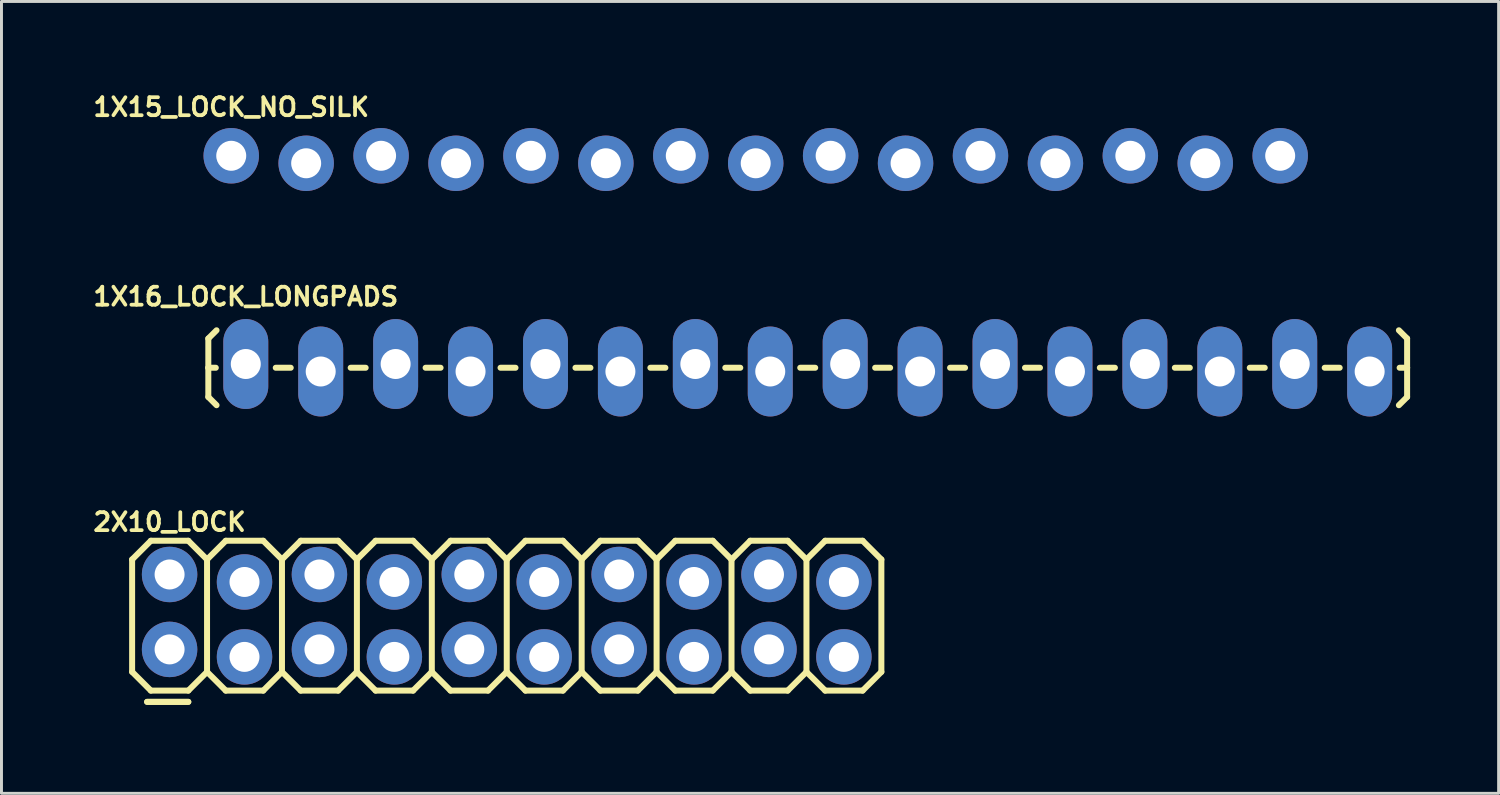
<source format=kicad_pcb>
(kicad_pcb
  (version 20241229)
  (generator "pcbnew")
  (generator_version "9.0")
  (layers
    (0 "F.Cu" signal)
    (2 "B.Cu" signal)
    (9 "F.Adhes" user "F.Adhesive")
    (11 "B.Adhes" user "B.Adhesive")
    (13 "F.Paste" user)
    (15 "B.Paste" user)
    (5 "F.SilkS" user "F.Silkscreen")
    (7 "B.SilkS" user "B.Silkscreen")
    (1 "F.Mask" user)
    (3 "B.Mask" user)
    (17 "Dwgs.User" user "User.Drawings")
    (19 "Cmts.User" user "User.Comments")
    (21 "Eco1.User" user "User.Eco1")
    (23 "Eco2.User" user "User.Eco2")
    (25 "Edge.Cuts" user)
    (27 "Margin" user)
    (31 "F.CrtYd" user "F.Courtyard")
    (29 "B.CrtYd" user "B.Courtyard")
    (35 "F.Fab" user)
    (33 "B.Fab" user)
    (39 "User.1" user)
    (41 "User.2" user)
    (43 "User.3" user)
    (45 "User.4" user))
  (footprint "1X15_LOCK_NO_SILK"
    (layer "F.Cu")
    (at 4.789 2.358)
    (property "Reference" "1X15_LOCK_NO_SILK" (at 0 -1.778 0) (layer "F.SilkS") (effects (font (size 0.61 0.61) (thickness 0.127))))
    (attr exclude_from_pos_files exclude_from_bom)
    (pad "1" thru_hole circle (at 0 -0.127) (size 1.88 1.88) (drill 1.016) (layers "*.Cu" "*.Paste" "*.Mask"))
    (pad "2" thru_hole circle (at 2.54 0.127) (size 1.88 1.88) (drill 1.016) (layers "*.Cu" "*.Paste" "*.Mask"))
    (pad "3" thru_hole circle (at 5.08 -0.127) (size 1.88 1.88) (drill 1.016) (layers "*.Cu" "*.Paste" "*.Mask"))
    (pad "4" thru_hole circle (at 7.62 0.127) (size 1.88 1.88) (drill 1.016) (layers "*.Cu" "*.Paste" "*.Mask"))
    (pad "5" thru_hole circle (at 10.16 -0.127) (size 1.88 1.88) (drill 1.016) (layers "*.Cu" "*.Paste" "*.Mask"))
    (pad "6" thru_hole circle (at 12.7 0.127) (size 1.88 1.88) (drill 1.016) (layers "*.Cu" "*.Paste" "*.Mask"))
    (pad "7" thru_hole circle (at 15.24 -0.127) (size 1.88 1.88) (drill 1.016) (layers "*.Cu" "*.Paste" "*.Mask"))
    (pad "8" thru_hole circle (at 17.78 0.127) (size 1.88 1.88) (drill 1.016) (layers "*.Cu" "*.Paste" "*.Mask"))
    (pad "9" thru_hole circle (at 20.32 -0.127) (size 1.88 1.88) (drill 1.016) (layers "*.Cu" "*.Paste" "*.Mask"))
    (pad "10" thru_hole circle (at 22.86 0.127) (size 1.88 1.88) (drill 1.016) (layers "*.Cu" "*.Paste" "*.Mask"))
    (pad "11" thru_hole circle (at 25.4 -0.127) (size 1.88 1.88) (drill 1.016) (layers "*.Cu" "*.Paste" "*.Mask"))
    (pad "12" thru_hole circle (at 27.94 0.127) (size 1.88 1.88) (drill 1.016) (layers "*.Cu" "*.Paste" "*.Mask"))
    (pad "13" thru_hole circle (at 30.48 -0.127) (size 1.88 1.88) (drill 1.016) (layers "*.Cu" "*.Paste" "*.Mask"))
    (pad "14" thru_hole circle (at 33.02 0.127) (size 1.88 1.88) (drill 1.016) (layers "*.Cu" "*.Paste" "*.Mask"))
    (pad "15" thru_hole circle (at 35.56 -0.127) (size 1.88 1.88) (drill 1.016) (layers "*.Cu" "*.Paste" "*.Mask")))
  (footprint "2X10_LOCK"
    (layer "F.Cu")
    (at 2.699 19.092)
    (property "Reference" "2X10_LOCK" (at 0 -4.445 0) (layer "F.SilkS") (effects (font (size 0.61 0.61) (thickness 0.127))))
    (attr exclude_from_pos_files exclude_from_bom)
    (fp_line (start -1.27 -3.175) (end -0.635 -3.81) (stroke (width 0.203) (type solid)) (layer "F.SilkS"))
    (fp_line (start -1.27 0.635) (end -1.27 -3.175) (stroke (width 0.203) (type solid)) (layer "F.SilkS"))
    (fp_line (start -1.27 0.635) (end -0.635 1.27) (stroke (width 0.203) (type solid)) (layer "F.SilkS"))
    (fp_line (start -0.762 1.651) (end 0.635 1.651) (stroke (width 0.203) (type solid)) (layer "F.SilkS"))
    (fp_line (start -0.635 -3.81) (end 0.635 -3.81) (stroke (width 0.203) (type solid)) (layer "F.SilkS"))
    (fp_line (start -0.635 1.27) (end 0.635 1.27) (stroke (width 0.203) (type solid)) (layer "F.SilkS"))
    (fp_line (start 0.635 -3.81) (end 1.27 -3.175) (stroke (width 0.203) (type solid)) (layer "F.SilkS"))
    (fp_line (start 0.635 1.27) (end 1.27 0.635) (stroke (width 0.203) (type solid)) (layer "F.SilkS"))
    (fp_line (start 0.635 1.651) (end -0.762 1.651) (stroke (width 0.203) (type solid)) (layer "F.SilkS"))
    (fp_line (start 1.27 -3.175) (end 1.27 0.635) (stroke (width 0.203) (type solid)) (layer "F.SilkS"))
    (fp_line (start 1.27 -3.175) (end 1.905 -3.81) (stroke (width 0.203) (type solid)) (layer "F.SilkS"))
    (fp_line (start 1.27 0.635) (end 1.905 1.27) (stroke (width 0.203) (type solid)) (layer "F.SilkS"))
    (fp_line (start 1.905 -3.81) (end 3.175 -3.81) (stroke (width 0.203) (type solid)) (layer "F.SilkS"))
    (fp_line (start 1.905 1.27) (end 3.175 1.27) (stroke (width 0.203) (type solid)) (layer "F.SilkS"))
    (fp_line (start 3.175 -3.81) (end 3.81 -3.175) (stroke (width 0.203) (type solid)) (layer "F.SilkS"))
    (fp_line (start 3.175 1.27) (end 3.81 0.635) (stroke (width 0.203) (type solid)) (layer "F.SilkS"))
    (fp_line (start 3.81 -3.175) (end 3.81 0.635) (stroke (width 0.203) (type solid)) (layer "F.SilkS"))
    (fp_line (start 3.81 -3.175) (end 4.445 -3.81) (stroke (width 0.203) (type solid)) (layer "F.SilkS"))
    (fp_line (start 3.81 0.635) (end 4.445 1.27) (stroke (width 0.203) (type solid)) (layer "F.SilkS"))
    (fp_line (start 4.445 -3.81) (end 5.715 -3.81) (stroke (width 0.203) (type solid)) (layer "F.SilkS"))
    (fp_line (start 4.445 1.27) (end 5.715 1.27) (stroke (width 0.203) (type solid)) (layer "F.SilkS"))
    (fp_line (start 5.715 -3.81) (end 6.35 -3.175) (stroke (width 0.203) (type solid)) (layer "F.SilkS"))
    (fp_line (start 5.715 1.27) (end 6.35 0.635) (stroke (width 0.203) (type solid)) (layer "F.SilkS"))
    (fp_line (start 6.35 -3.175) (end 6.35 0.635) (stroke (width 0.203) (type solid)) (layer "F.SilkS"))
    (fp_line (start 6.35 -3.175) (end 6.985 -3.81) (stroke (width 0.203) (type solid)) (layer "F.SilkS"))
    (fp_line (start 6.35 0.635) (end 6.985 1.27) (stroke (width 0.203) (type solid)) (layer "F.SilkS"))
    (fp_line (start 6.985 -3.81) (end 8.255 -3.81) (stroke (width 0.203) (type solid)) (layer "F.SilkS"))
    (fp_line (start 6.985 1.27) (end 8.255 1.27) (stroke (width 0.203) (type solid)) (layer "F.SilkS"))
    (fp_line (start 8.255 -3.81) (end 8.89 -3.175) (stroke (width 0.203) (type solid)) (layer "F.SilkS"))
    (fp_line (start 8.255 1.27) (end 8.89 0.635) (stroke (width 0.203) (type solid)) (layer "F.SilkS"))
    (fp_line (start 8.89 -3.175) (end 8.89 0.635) (stroke (width 0.203) (type solid)) (layer "F.SilkS"))
    (fp_line (start 8.89 -3.175) (end 9.525 -3.81) (stroke (width 0.203) (type solid)) (layer "F.SilkS"))
    (fp_line (start 8.89 0.635) (end 9.525 1.27) (stroke (width 0.203) (type solid)) (layer "F.SilkS"))
    (fp_line (start 9.525 -3.81) (end 10.795 -3.81) (stroke (width 0.203) (type solid)) (layer "F.SilkS"))
    (fp_line (start 9.525 1.27) (end 10.795 1.27) (stroke (width 0.203) (type solid)) (layer "F.SilkS"))
    (fp_line (start 10.795 -3.81) (end 11.43 -3.175) (stroke (width 0.203) (type solid)) (layer "F.SilkS"))
    (fp_line (start 10.795 1.27) (end 11.43 0.635) (stroke (width 0.203) (type solid)) (layer "F.SilkS"))
    (fp_line (start 11.43 -3.175) (end 11.43 0.635) (stroke (width 0.203) (type solid)) (layer "F.SilkS"))
    (fp_line (start 11.43 -3.175) (end 12.065 -3.81) (stroke (width 0.203) (type solid)) (layer "F.SilkS"))
    (fp_line (start 11.43 0.635) (end 12.065 1.27) (stroke (width 0.203) (type solid)) (layer "F.SilkS"))
    (fp_line (start 12.065 -3.81) (end 13.335 -3.81) (stroke (width 0.203) (type solid)) (layer "F.SilkS"))
    (fp_line (start 12.065 1.27) (end 13.335 1.27) (stroke (width 0.203) (type solid)) (layer "F.SilkS"))
    (fp_line (start 13.335 -3.81) (end 13.97 -3.175) (stroke (width 0.203) (type solid)) (layer "F.SilkS"))
    (fp_line (start 13.335 1.27) (end 13.97 0.635) (stroke (width 0.203) (type solid)) (layer "F.SilkS"))
    (fp_line (start 13.97 -3.175) (end 13.97 0.635) (stroke (width 0.203) (type solid)) (layer "F.SilkS"))
    (fp_line (start 13.97 -3.175) (end 14.605 -3.81) (stroke (width 0.203) (type solid)) (layer "F.SilkS"))
    (fp_line (start 13.97 0.635) (end 14.605 1.27) (stroke (width 0.203) (type solid)) (layer "F.SilkS"))
    (fp_line (start 14.605 -3.81) (end 15.875 -3.81) (stroke (width 0.203) (type solid)) (layer "F.SilkS"))
    (fp_line (start 14.605 1.27) (end 15.875 1.27) (stroke (width 0.203) (type solid)) (layer "F.SilkS"))
    (fp_line (start 15.875 -3.81) (end 16.51 -3.175) (stroke (width 0.203) (type solid)) (layer "F.SilkS"))
    (fp_line (start 16.51 -3.175) (end 16.51 0.635) (stroke (width 0.203) (type solid)) (layer "F.SilkS"))
    (fp_line (start 16.51 -3.175) (end 17.145 -3.81) (stroke (width 0.203) (type solid)) (layer "F.SilkS"))
    (fp_line (start 16.51 0.635) (end 15.875 1.27) (stroke (width 0.203) (type solid)) (layer "F.SilkS"))
    (fp_line (start 16.51 0.635) (end 17.145 1.27) (stroke (width 0.203) (type solid)) (layer "F.SilkS"))
    (fp_line (start 17.145 -3.81) (end 18.415 -3.81) (stroke (width 0.203) (type solid)) (layer "F.SilkS"))
    (fp_line (start 17.145 1.27) (end 18.415 1.27) (stroke (width 0.203) (type solid)) (layer "F.SilkS"))
    (fp_line (start 18.415 -3.81) (end 19.05 -3.175) (stroke (width 0.203) (type solid)) (layer "F.SilkS"))
    (fp_line (start 19.05 -3.175) (end 19.05 0.635) (stroke (width 0.203) (type solid)) (layer "F.SilkS"))
    (fp_line (start 19.05 -3.175) (end 19.685 -3.81) (stroke (width 0.203) (type solid)) (layer "F.SilkS"))
    (fp_line (start 19.05 0.635) (end 18.415 1.27) (stroke (width 0.203) (type solid)) (layer "F.SilkS"))
    (fp_line (start 19.05 0.635) (end 19.685 1.27) (stroke (width 0.203) (type solid)) (layer "F.SilkS"))
    (fp_line (start 19.685 -3.81) (end 20.955 -3.81) (stroke (width 0.203) (type solid)) (layer "F.SilkS"))
    (fp_line (start 19.685 1.27) (end 20.955 1.27) (stroke (width 0.203) (type solid)) (layer "F.SilkS"))
    (fp_line (start 20.955 -3.81) (end 21.59 -3.175) (stroke (width 0.203) (type solid)) (layer "F.SilkS"))
    (fp_line (start 21.59 -3.175) (end 21.59 0.635) (stroke (width 0.203) (type solid)) (layer "F.SilkS"))
    (fp_line (start 21.59 -3.175) (end 22.225 -3.81) (stroke (width 0.203) (type solid)) (layer "F.SilkS"))
    (fp_line (start 21.59 0.635) (end 20.955 1.27) (stroke (width 0.203) (type solid)) (layer "F.SilkS"))
    (fp_line (start 21.59 0.635) (end 22.225 1.27) (stroke (width 0.203) (type solid)) (layer "F.SilkS"))
    (fp_line (start 22.225 -3.81) (end 23.495 -3.81) (stroke (width 0.203) (type solid)) (layer "F.SilkS"))
    (fp_line (start 22.225 1.27) (end 23.495 1.27) (stroke (width 0.203) (type solid)) (layer "F.SilkS"))
    (fp_line (start 23.495 -3.81) (end 24.13 -3.175) (stroke (width 0.203) (type solid)) (layer "F.SilkS"))
    (fp_line (start 24.13 -3.175) (end 24.13 0.635) (stroke (width 0.203) (type solid)) (layer "F.SilkS"))
    (fp_line (start 24.13 0.635) (end 23.495 1.27) (stroke (width 0.203) (type solid)) (layer "F.SilkS"))
    (pad "1" thru_hole circle (at 0 -0.127) (size 1.88 1.88) (drill 1.016) (layers "*.Cu" "*.Paste" "*.Mask"))
    (pad "2" thru_hole circle (at 0 -2.667) (size 1.88 1.88) (drill 1.016) (layers "*.Cu" "*.Paste" "*.Mask"))
    (pad "3" thru_hole circle (at 2.54 0.127) (size 1.88 1.88) (drill 1.016) (layers "*.Cu" "*.Paste" "*.Mask"))
    (pad "4" thru_hole circle (at 2.54 -2.413) (size 1.88 1.88) (drill 1.016) (layers "*.Cu" "*.Paste" "*.Mask"))
    (pad "5" thru_hole circle (at 5.08 -0.127) (size 1.88 1.88) (drill 1.016) (layers "*.Cu" "*.Paste" "*.Mask"))
    (pad "6" thru_hole circle (at 5.08 -2.667) (size 1.88 1.88) (drill 1.016) (layers "*.Cu" "*.Paste" "*.Mask"))
    (pad "7" thru_hole circle (at 7.62 0.127) (size 1.88 1.88) (drill 1.016) (layers "*.Cu" "*.Paste" "*.Mask"))
    (pad "8" thru_hole circle (at 7.62 -2.413) (size 1.88 1.88) (drill 1.016) (layers "*.Cu" "*.Paste" "*.Mask"))
    (pad "9" thru_hole circle (at 10.16 -0.127) (size 1.88 1.88) (drill 1.016) (layers "*.Cu" "*.Paste" "*.Mask"))
    (pad "10" thru_hole circle (at 10.16 -2.667) (size 1.88 1.88) (drill 1.016) (layers "*.Cu" "*.Paste" "*.Mask"))
    (pad "11" thru_hole circle (at 12.7 0.127) (size 1.88 1.88) (drill 1.016) (layers "*.Cu" "*.Paste" "*.Mask"))
    (pad "12" thru_hole circle (at 12.7 -2.413) (size 1.88 1.88) (drill 1.016) (layers "*.Cu" "*.Paste" "*.Mask"))
    (pad "13" thru_hole circle (at 15.24 -0.127) (size 1.88 1.88) (drill 1.016) (layers "*.Cu" "*.Paste" "*.Mask"))
    (pad "14" thru_hole circle (at 15.24 -2.667) (size 1.88 1.88) (drill 1.016) (layers "*.Cu" "*.Paste" "*.Mask"))
    (pad "15" thru_hole circle (at 17.78 0.127) (size 1.88 1.88) (drill 1.016) (layers "*.Cu" "*.Paste" "*.Mask"))
    (pad "16" thru_hole circle (at 17.78 -2.413) (size 1.88 1.88) (drill 1.016) (layers "*.Cu" "*.Paste" "*.Mask"))
    (pad "17" thru_hole circle (at 20.32 -0.127) (size 1.88 1.88) (drill 1.016) (layers "*.Cu" "*.Paste" "*.Mask"))
    (pad "18" thru_hole circle (at 20.32 -2.667) (size 1.88 1.88) (drill 1.016) (layers "*.Cu" "*.Paste" "*.Mask"))
    (pad "19" thru_hole circle (at 22.86 0.127) (size 1.88 1.88) (drill 1.016) (layers "*.Cu" "*.Paste" "*.Mask"))
    (pad "20" thru_hole circle (at 22.86 -2.413) (size 1.88 1.88) (drill 1.016) (layers "*.Cu" "*.Paste" "*.Mask")))
  (footprint "1X16_LOCK_LONGPADS"
    (layer "F.Cu")
    (at 5.282 9.417)
    (property "Reference" "1X16_LOCK_LONGPADS" (at 0 -2.413 0) (layer "F.SilkS") (effects (font (size 0.61 0.61) (thickness 0.127))))
    (attr exclude_from_pos_files exclude_from_bom)
    (fp_line (start -1.27 -0.991) (end -0.991 -1.27) (stroke (width 0.203) (type solid)) (layer "F.SilkS"))
    (fp_line (start -1.27 0) (end -1.27 -0.991) (stroke (width 0.203) (type solid)) (layer "F.SilkS"))
    (fp_line (start -1.27 0) (end -1.27 0.991) (stroke (width 0.203) (type solid)) (layer "F.SilkS"))
    (fp_line (start -1.27 0) (end -1.016 0) (stroke (width 0.203) (type solid)) (layer "F.SilkS"))
    (fp_line (start -1.27 0.991) (end -0.991 1.27) (stroke (width 0.203) (type solid)) (layer "F.SilkS"))
    (fp_line (start 1.524 0) (end 1.016 0) (stroke (width 0.203) (type solid)) (layer "F.SilkS"))
    (fp_line (start 4.064 0) (end 3.556 0) (stroke (width 0.203) (type solid)) (layer "F.SilkS"))
    (fp_line (start 6.604 0) (end 6.096 0) (stroke (width 0.203) (type solid)) (layer "F.SilkS"))
    (fp_line (start 9.144 0) (end 8.636 0) (stroke (width 0.203) (type solid)) (layer "F.SilkS"))
    (fp_line (start 11.684 0) (end 11.176 0) (stroke (width 0.203) (type solid)) (layer "F.SilkS"))
    (fp_line (start 14.224 0) (end 13.716 0) (stroke (width 0.203) (type solid)) (layer "F.SilkS"))
    (fp_line (start 16.764 0) (end 16.256 0) (stroke (width 0.203) (type solid)) (layer "F.SilkS"))
    (fp_line (start 19.304 0) (end 18.796 0) (stroke (width 0.203) (type solid)) (layer "F.SilkS"))
    (fp_line (start 21.844 0) (end 21.336 0) (stroke (width 0.203) (type solid)) (layer "F.SilkS"))
    (fp_line (start 24.384 0) (end 23.876 0) (stroke (width 0.203) (type solid)) (layer "F.SilkS"))
    (fp_line (start 26.924 0) (end 26.416 0) (stroke (width 0.203) (type solid)) (layer "F.SilkS"))
    (fp_line (start 29.464 0) (end 28.953 0) (stroke (width 0.203) (type solid)) (layer "F.SilkS"))
    (fp_line (start 32.004 0) (end 31.496 0) (stroke (width 0.203) (type solid)) (layer "F.SilkS"))
    (fp_line (start 34.544 0) (end 34.036 0) (stroke (width 0.203) (type solid)) (layer "F.SilkS"))
    (fp_line (start 37.084 0) (end 36.576 0) (stroke (width 0.203) (type solid)) (layer "F.SilkS"))
    (fp_line (start 39.37 -0.991) (end 39.091 -1.27) (stroke (width 0.203) (type solid)) (layer "F.SilkS"))
    (fp_line (start 39.37 0) (end 39.116 0) (stroke (width 0.203) (type solid)) (layer "F.SilkS"))
    (fp_line (start 39.37 0) (end 39.37 -0.991) (stroke (width 0.203) (type solid)) (layer "F.SilkS"))
    (fp_line (start 39.37 0) (end 39.37 0.991) (stroke (width 0.203) (type solid)) (layer "F.SilkS"))
    (fp_line (start 39.37 0.991) (end 39.091 1.27) (stroke (width 0.203) (type solid)) (layer "F.SilkS"))
    (pad "1" thru_hole oval (at 0 -0.127 180) (size 1.524 3.048) (drill 1.016) (layers "*.Cu" "*.Paste" "*.Mask"))
    (pad "2" thru_hole oval (at 2.54 0.127 180) (size 1.524 3.048) (drill 1.016) (layers "*.Cu" "*.Paste" "*.Mask"))
    (pad "3" thru_hole oval (at 5.08 -0.127 180) (size 1.524 3.048) (drill 1.016) (layers "*.Cu" "*.Paste" "*.Mask"))
    (pad "4" thru_hole oval (at 7.62 0.127 180) (size 1.524 3.048) (drill 1.016) (layers "*.Cu" "*.Paste" "*.Mask"))
    (pad "5" thru_hole oval (at 10.16 -0.127 180) (size 1.524 3.048) (drill 1.016) (layers "*.Cu" "*.Paste" "*.Mask"))
    (pad "6" thru_hole oval (at 12.7 0.127 180) (size 1.524 3.048) (drill 1.016) (layers "*.Cu" "*.Paste" "*.Mask"))
    (pad "7" thru_hole oval (at 15.24 -0.127 180) (size 1.524 3.048) (drill 1.016) (layers "*.Cu" "*.Paste" "*.Mask"))
    (pad "8" thru_hole oval (at 17.78 0.127 180) (size 1.524 3.048) (drill 1.016) (layers "*.Cu" "*.Paste" "*.Mask"))
    (pad "9" thru_hole oval (at 20.32 -0.127 180) (size 1.524 3.048) (drill 1.016) (layers "*.Cu" "*.Paste" "*.Mask"))
    (pad "10" thru_hole oval (at 22.86 0.127 180) (size 1.524 3.048) (drill 1.016) (layers "*.Cu" "*.Paste" "*.Mask"))
    (pad "11" thru_hole oval (at 25.4 -0.127 180) (size 1.524 3.048) (drill 1.016) (layers "*.Cu" "*.Paste" "*.Mask"))
    (pad "12" thru_hole oval (at 27.94 0.127 180) (size 1.524 3.048) (drill 1.016) (layers "*.Cu" "*.Paste" "*.Mask"))
    (pad "13" thru_hole oval (at 30.48 -0.127 180) (size 1.524 3.048) (drill 1.016) (layers "*.Cu" "*.Paste" "*.Mask"))
    (pad "14" thru_hole oval (at 33.02 0.127 180) (size 1.524 3.048) (drill 1.016) (layers "*.Cu" "*.Paste" "*.Mask"))
    (pad "15" thru_hole oval (at 35.56 -0.127 180) (size 1.524 3.048) (drill 1.016) (layers "*.Cu" "*.Paste" "*.Mask"))
    (pad "16" thru_hole oval (at 38.1 0.127 180) (size 1.524 3.048) (drill 1.016) (layers "*.Cu" "*.Paste" "*.Mask")))
  (gr_rect
    (start -3 -3)
    (end 47.754 23.845)
    (stroke (width 0.1) (type default))
    (fill no)
    (layer "Edge.Cuts")))
</source>
